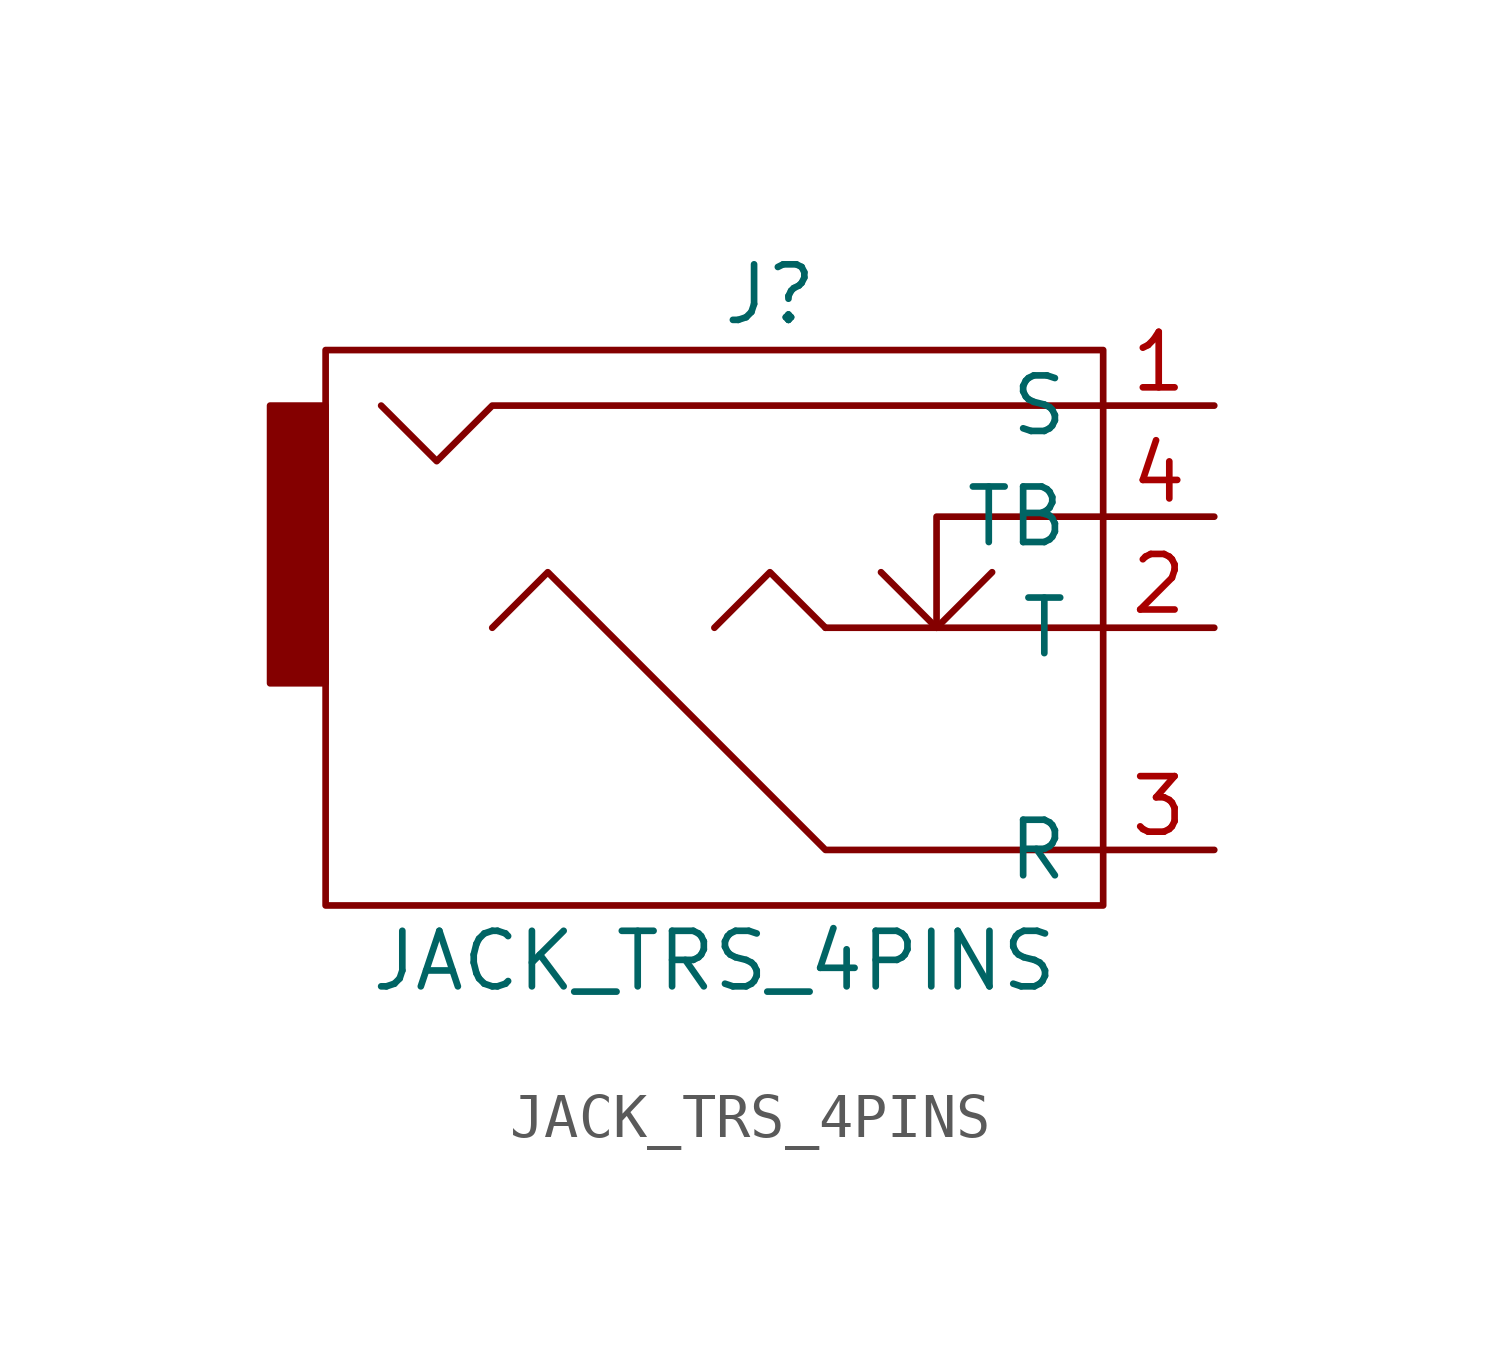
<source format=kicad_sym>
(kicad_symbol_lib
  (version 20220914)
  (generator kicad_symbol_editor)
  (symbol "JACK_TRS_4PINS"
    (pin_names
      (offset 0.762))
    (property "Reference" "J"
      (at 0 7.62 0)
      (effects (font (size 1.27 1.27))))
    (property "Value" "JACK_TRS_4PINS"
      (at -1.27 -7.62 0)
      (effects (font (size 1.27 1.27))))
    (property "Footprint" ""
      (at 2.54 -3.81 0)
      (effects (font (size 1.27 1.27))))
    (property "Datasheet" ""
      (at 2.54 -3.81 0)
      (effects (font (size 1.27 1.27))))
    (symbol "JACK_TRS_4PINS_0_0"
      (polyline (pts (xy 3.81 0) (xy 3.81 2.54) (xy 7.62 2.54)) (stroke (width 0) (type solid)) (fill (type none)))
      (polyline (pts (xy -8.89 5.08) (xy -7.62 3.81) (xy -6.35 5.08) (xy 7.62 5.08)) (stroke (width 0) (type solid)) (fill (type none)))
      (polyline (pts (xy -6.35 0) (xy -5.08 1.27) (xy 1.27 -5.08) (xy 7.62 -5.08)) (stroke (width 0) (type solid)) (fill (type none))))
    (symbol "JACK_TRS_4PINS_0_1"
      (rectangle (start -11.43 5.08) (end -10.16 -1.27) (stroke (width 0) (type solid)) (fill (type outline)))
      (polyline (pts (xy 1.27 0) (xy 7.62 0)) (stroke (width 0) (type solid)) (fill (type none)))
      (polyline (pts (xy 1.27 0) (xy 0 1.27) (xy -1.27 0) (xy -1.27 0)) (stroke (width 0) (type solid)) (fill (type none)))
      (polyline (pts (xy 2.54 1.27) (xy 3.81 0) (xy 5.08 1.27) (xy 5.08 1.27)) (stroke (width 0) (type solid)) (fill (type none)))
      (rectangle (start 7.62 -6.35) (end -10.16 6.35) (stroke (width 0) (type solid)) (fill (type none))))
    (symbol "JACK_TRS_4PINS_1_1"
      (pin passive line (at 10.16 5.08 180) (length 2.54) (name "S" (effects (font (size 1.27 1.27)))) (number "1" (effects (font (size 1.27 1.27)))))
      (pin passive line (at 10.16 0 180) (length 2.54) (name "T" (effects (font (size 1.27 1.27)))) (number "2" (effects (font (size 1.27 1.27)))))
      (pin passive line (at 10.16 -5.08 180) (length 2.54) (name "R" (effects (font (size 1.27 1.27)))) (number "3" (effects (font (size 1.27 1.27)))))
      (pin passive line (at 10.16 2.54 180) (length 2.54) (name "TB" (effects (font (size 1.27 1.27)))) (number "4" (effects (font (size 1.27 1.27))))))))
</source>
